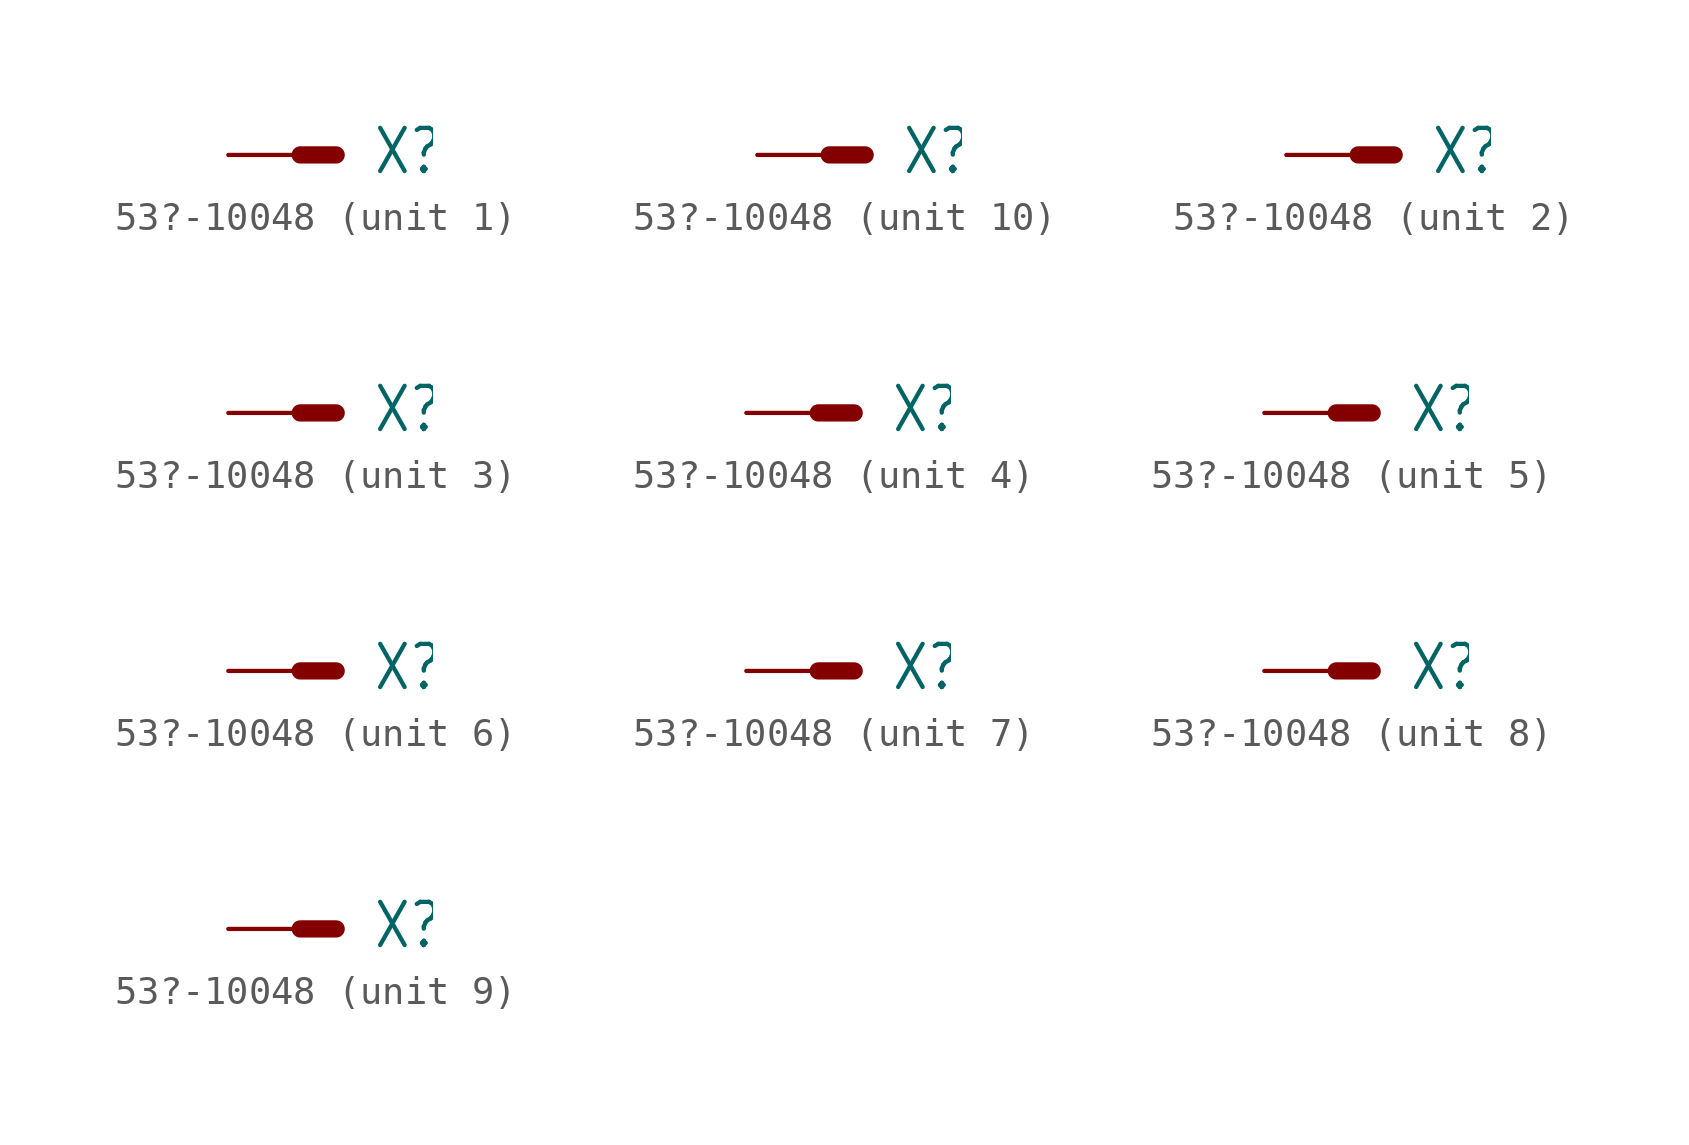
<source format=kicad_sym>
(kicad_symbol_lib
  (version 20211014)
  (generator kicad_symbol_editor)
  (symbol "53?-10048"
    (property "Reference" "X"
      (at 2.54 -0.762 0)
      (effects (font (size 1.524 1.295)) (justify left bottom)))
    (property "ki_locked" ""
      (at 0 0 0)
      (effects (font (size 1.27 1.27))))
    (symbol "53?-10048_1_0"
      (polyline (pts (xy 1.27 0) (xy 0 0)) (stroke (width 0.61) (type default) (color 0 0 0 0)) (fill (type none)))
      (pin passive line (at -2.54 0 0) (length 2.54) (name "S" (effects (font (size 0 0)))) (number "1" (effects (font (size 0 0))))))
    (symbol "53?-10048_2_0"
      (polyline (pts (xy 1.27 0) (xy 0 0)) (stroke (width 0.61) (type default) (color 0 0 0 0)) (fill (type none)))
      (pin passive line (at -2.54 0 0) (length 2.54) (name "S" (effects (font (size 0 0)))) (number "2" (effects (font (size 0 0))))))
    (symbol "53?-10048_3_0"
      (polyline (pts (xy 1.27 0) (xy 0 0)) (stroke (width 0.61) (type default) (color 0 0 0 0)) (fill (type none)))
      (pin passive line (at -2.54 0 0) (length 2.54) (name "S" (effects (font (size 0 0)))) (number "3" (effects (font (size 0 0))))))
    (symbol "53?-10048_4_0"
      (polyline (pts (xy 1.27 0) (xy 0 0)) (stroke (width 0.61) (type default) (color 0 0 0 0)) (fill (type none)))
      (pin passive line (at -2.54 0 0) (length 2.54) (name "S" (effects (font (size 0 0)))) (number "4" (effects (font (size 0 0))))))
    (symbol "53?-10048_5_0"
      (polyline (pts (xy 1.27 0) (xy 0 0)) (stroke (width 0.61) (type default) (color 0 0 0 0)) (fill (type none)))
      (pin passive line (at -2.54 0 0) (length 2.54) (name "S" (effects (font (size 0 0)))) (number "5" (effects (font (size 0 0))))))
    (symbol "53?-10048_6_0"
      (polyline (pts (xy 1.27 0) (xy 0 0)) (stroke (width 0.61) (type default) (color 0 0 0 0)) (fill (type none)))
      (pin passive line (at -2.54 0 0) (length 2.54) (name "S" (effects (font (size 0 0)))) (number "6" (effects (font (size 0 0))))))
    (symbol "53?-10048_7_0"
      (polyline (pts (xy 1.27 0) (xy 0 0)) (stroke (width 0.61) (type default) (color 0 0 0 0)) (fill (type none)))
      (pin passive line (at -2.54 0 0) (length 2.54) (name "S" (effects (font (size 0 0)))) (number "7" (effects (font (size 0 0))))))
    (symbol "53?-10048_8_0"
      (polyline (pts (xy 1.27 0) (xy 0 0)) (stroke (width 0.61) (type default) (color 0 0 0 0)) (fill (type none)))
      (pin passive line (at -2.54 0 0) (length 2.54) (name "S" (effects (font (size 0 0)))) (number "8" (effects (font (size 0 0))))))
    (symbol "53?-10048_9_0"
      (polyline (pts (xy 1.27 0) (xy 0 0)) (stroke (width 0.61) (type default) (color 0 0 0 0)) (fill (type none)))
      (pin passive line (at -2.54 0 0) (length 2.54) (name "S" (effects (font (size 0 0)))) (number "9" (effects (font (size 0 0))))))
    (symbol "53?-10048_10_0"
      (polyline (pts (xy 1.27 0) (xy 0 0)) (stroke (width 0.61) (type default) (color 0 0 0 0)) (fill (type none)))
      (pin passive line (at -2.54 0 0) (length 2.54) (name "S" (effects (font (size 0 0)))) (number "10" (effects (font (size 0 0))))))))
</source>
